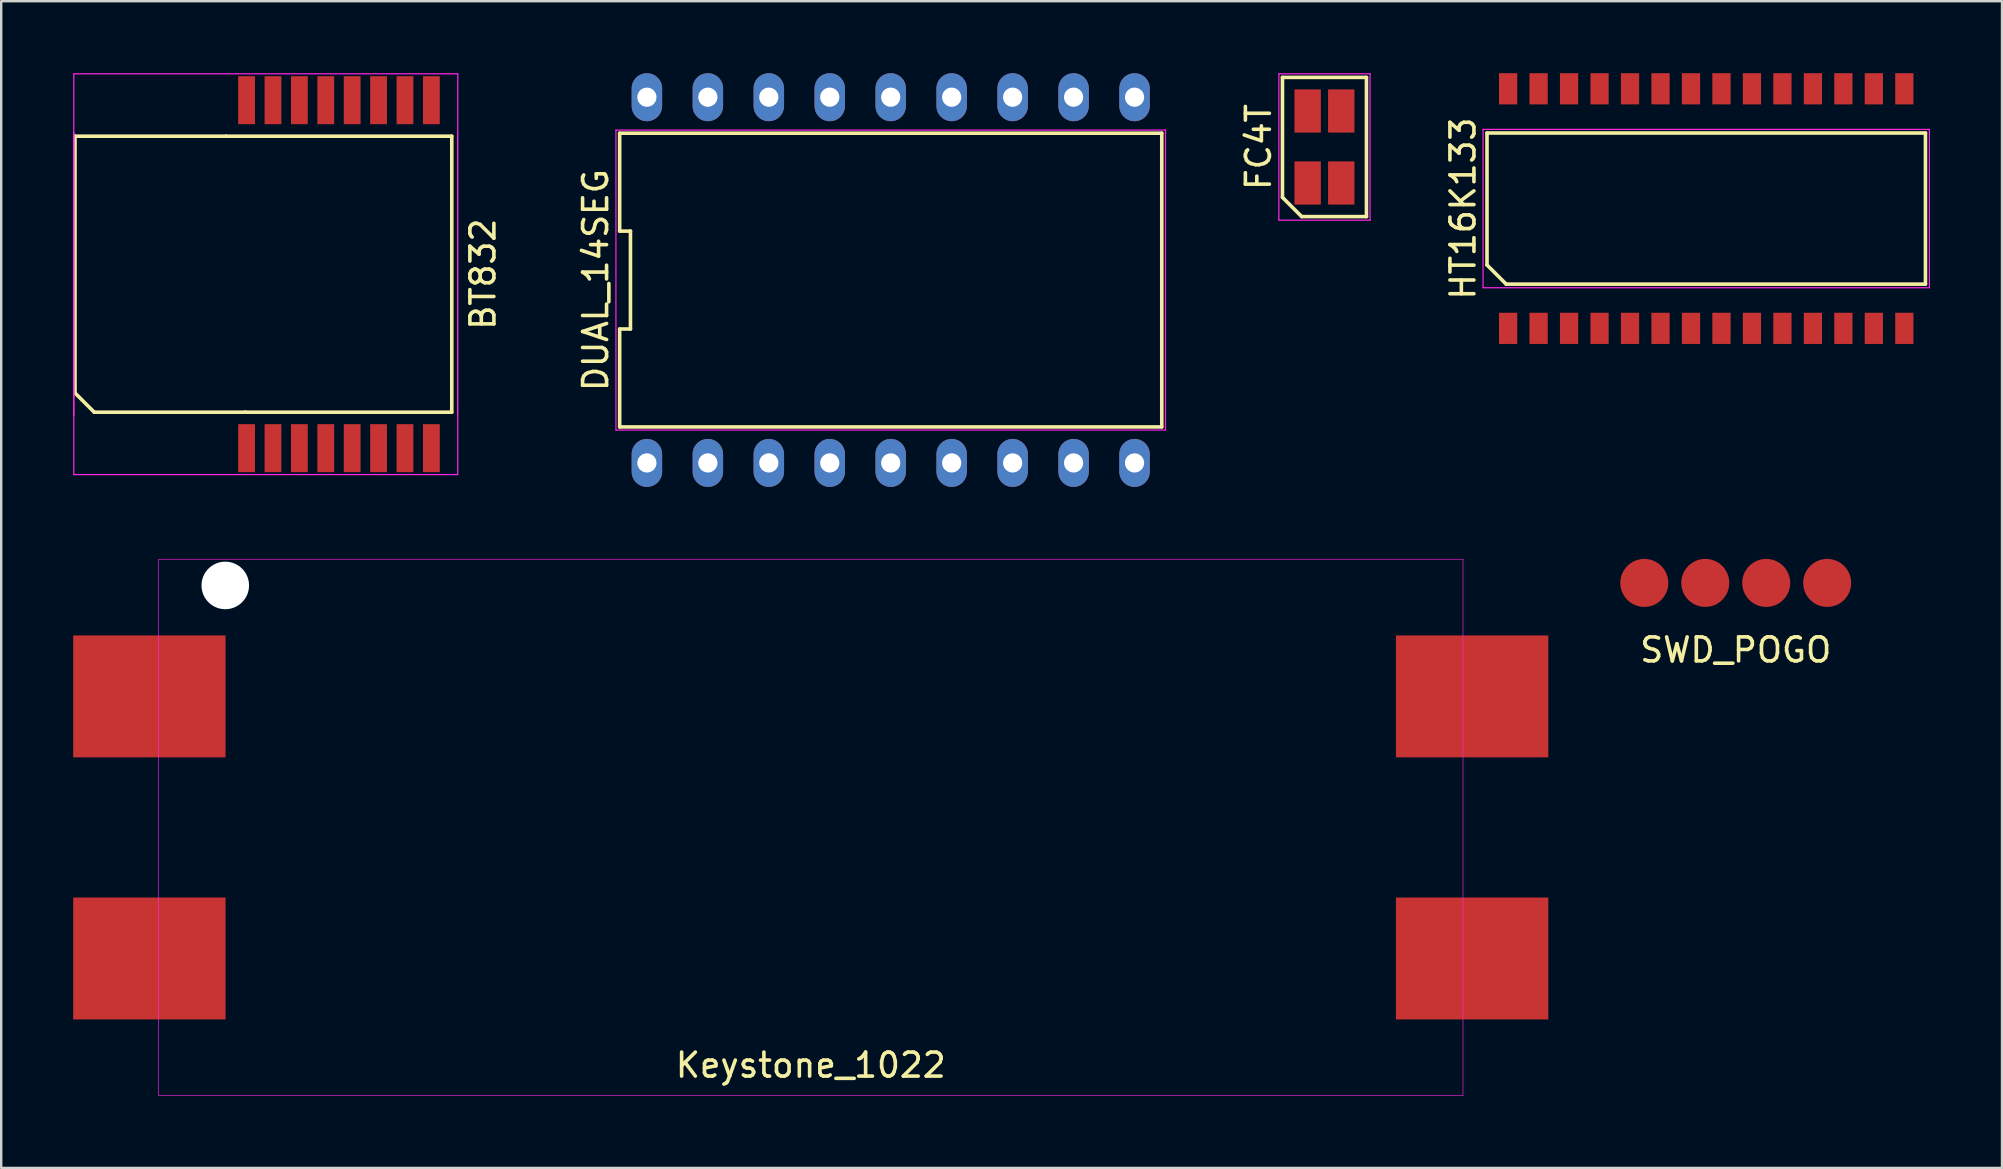
<source format=kicad_pcb>
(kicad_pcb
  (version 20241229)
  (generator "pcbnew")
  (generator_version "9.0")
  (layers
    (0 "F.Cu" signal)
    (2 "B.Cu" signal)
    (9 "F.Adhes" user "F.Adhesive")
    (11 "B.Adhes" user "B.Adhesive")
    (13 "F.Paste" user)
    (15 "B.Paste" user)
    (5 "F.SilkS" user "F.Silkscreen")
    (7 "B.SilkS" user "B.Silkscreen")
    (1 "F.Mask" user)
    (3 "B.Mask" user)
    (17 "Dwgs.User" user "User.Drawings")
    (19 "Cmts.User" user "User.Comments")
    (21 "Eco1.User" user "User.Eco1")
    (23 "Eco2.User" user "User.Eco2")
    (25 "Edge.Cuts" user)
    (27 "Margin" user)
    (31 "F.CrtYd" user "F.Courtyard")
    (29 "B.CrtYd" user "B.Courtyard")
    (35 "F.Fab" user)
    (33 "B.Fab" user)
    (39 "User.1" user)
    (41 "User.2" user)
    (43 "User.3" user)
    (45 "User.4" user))
  (footprint "BT832"
    (layer "F.Cu")
    (at 11.075 8.375)
    (property "Reference" "BT832" (at 6 0 90) (layer "F.SilkS") (effects (font (size 1 1) (thickness 0.15))))
    (attr smd)
    (fp_line (start -11 4.95) (end -11 -5.75) (stroke (width 0.15) (type solid)) (layer "F.SilkS"))
    (fp_line (start -10.2 5.75) (end -11 4.95) (stroke (width 0.15) (type solid)) (layer "F.SilkS"))
    (fp_line (start -4.7 -5.75) (end -11 -5.75) (stroke (width 0.15) (type solid)) (layer "F.SilkS"))
    (fp_line (start -4.7 -5.75) (end 4.7 -5.75) (stroke (width 0.15) (type solid)) (layer "F.SilkS"))
    (fp_line (start -3.9 5.75) (end -10.2 5.75) (stroke (width 0.15) (type solid)) (layer "F.SilkS"))
    (fp_line (start 4.7 -5.75) (end 4.7 5.75) (stroke (width 0.15) (type solid)) (layer "F.SilkS"))
    (fp_line (start 4.7 5.75) (end -3.9 5.75) (stroke (width 0.15) (type solid)) (layer "F.SilkS"))
    (fp_line (start -11.05 -8.35) (end -11.05 -5.9) (stroke (width 0.05) (type solid)) (layer "F.CrtYd"))
    (fp_line (start -11.05 -5.9) (end -11.05 8.35) (stroke (width 0.05) (type solid)) (layer "F.CrtYd"))
    (fp_line (start -11.05 5.9) (end -11.05 -5.9) (stroke (width 0.05) (type solid)) (layer "F.CrtYd"))
    (fp_line (start -11.05 8.35) (end 4.95 8.35) (stroke (width 0.05) (type solid)) (layer "F.CrtYd"))
    (fp_line (start 4.95 -8.35) (end -11.05 -8.35) (stroke (width 0.05) (type solid)) (layer "F.CrtYd"))
    (fp_line (start 4.95 -5.9) (end 4.95 -8.35) (stroke (width 0.05) (type solid)) (layer "F.CrtYd"))
    (fp_line (start 4.95 -5.9) (end 4.95 5.9) (stroke (width 0.05) (type solid)) (layer "F.CrtYd"))
    (fp_line (start 4.95 5.9) (end 4.95 -5.9) (stroke (width 0.025) (type solid)) (layer "F.CrtYd"))
    (fp_line (start 4.95 8.35) (end 4.95 5.9) (stroke (width 0.05) (type solid)) (layer "F.CrtYd"))
    (pad "1" smd rect (at -3.85 7.25) (size 0.7 2) (layers "F.Cu" "F.Mask" "F.Paste"))
    (pad "2" smd rect (at -2.75 7.25) (size 0.7 2) (layers "F.Cu" "F.Mask" "F.Paste"))
    (pad "3" smd rect (at -1.65 7.25) (size 0.7 2) (layers "F.Cu" "F.Mask" "F.Paste"))
    (pad "4" smd rect (at -0.55 7.25) (size 0.7 2) (layers "F.Cu" "F.Mask" "F.Paste"))
    (pad "5" smd rect (at 0.55 7.25) (size 0.7 2) (layers "F.Cu" "F.Mask" "F.Paste"))
    (pad "6" smd rect (at 1.65 7.25) (size 0.7 2) (layers "F.Cu" "F.Mask" "F.Paste"))
    (pad "7" smd rect (at 2.75 7.25) (size 0.7 2) (layers "F.Cu" "F.Mask" "F.Paste"))
    (pad "8" smd rect (at 3.85 7.25) (size 0.7 2) (layers "F.Cu" "F.Mask" "F.Paste"))
    (pad "9" smd rect (at 3.85 -7.25) (size 0.7 2) (layers "F.Cu" "F.Mask" "F.Paste"))
    (pad "10" smd rect (at 2.75 -7.25) (size 0.7 2) (layers "F.Cu" "F.Mask" "F.Paste"))
    (pad "11" smd rect (at 1.65 -7.25) (size 0.7 2) (layers "F.Cu" "F.Mask" "F.Paste"))
    (pad "12" smd rect (at 0.55 -7.25) (size 0.7 2) (layers "F.Cu" "F.Mask" "F.Paste"))
    (pad "13" smd rect (at -0.55 -7.25) (size 0.7 2) (layers "F.Cu" "F.Mask" "F.Paste"))
    (pad "14" smd rect (at -1.65 -7.25) (size 0.7 2) (layers "F.Cu" "F.Mask" "F.Paste"))
    (pad "15" smd rect (at -2.75 -7.25) (size 0.7 2) (layers "F.Cu" "F.Mask" "F.Paste"))
    (pad "16" smd rect (at -3.85 -7.25) (size 0.7 2) (layers "F.Cu" "F.Mask" "F.Paste")))
  (footprint "SWD_POGO"
    (layer "F.Cu")
    (at 69.278 21.24)
    (property "Reference" "SWD_POGO" (at 0 2.794 0) (layer "F.SilkS") (effects (font (size 1 1) (thickness 0.15))))
    (attr through_hole)
    (pad "1" smd circle (at -3.81 0) (size 2 2) (layers "F.Cu" "F.Mask" "F.Paste"))
    (pad "2" smd circle (at -1.27 0) (size 2 2) (layers "F.Cu" "F.Mask" "F.Paste"))
    (pad "3" smd circle (at 1.27 0) (size 2 2) (layers "F.Cu" "F.Mask" "F.Paste"))
    (pad "4" smd circle (at 3.81 0) (size 2 2) (layers "F.Cu" "F.Mask" "F.Paste")))
  (footprint "FC4T"
    (layer "F.Cu")
    (at 52.14 3.075)
    (property "Reference" "FC4T" (at -2.75 0 90) (layer "F.SilkS") (effects (font (size 1 1) (thickness 0.15))))
    (attr smd)
    (fp_line (start -1.75 -2.9) (end 1.75 -2.9) (stroke (width 0.15) (type solid)) (layer "F.SilkS"))
    (fp_line (start -1.75 2.1) (end -1.75 -2.9) (stroke (width 0.15) (type solid)) (layer "F.SilkS"))
    (fp_line (start -0.95 2.9) (end -1.75 2.1) (stroke (width 0.15) (type solid)) (layer "F.SilkS"))
    (fp_line (start 1.75 -2.9) (end 1.75 2.9) (stroke (width 0.15) (type solid)) (layer "F.SilkS"))
    (fp_line (start 1.75 2.9) (end -0.95 2.9) (stroke (width 0.15) (type solid)) (layer "F.SilkS"))
    (fp_line (start -1.9 -3.05) (end 1.9 -3.05) (stroke (width 0.05) (type solid)) (layer "F.CrtYd"))
    (fp_line (start -1.9 3.05) (end -1.9 -3.05) (stroke (width 0.05) (type solid)) (layer "F.CrtYd"))
    (fp_line (start 1.9 -3.05) (end 1.9 3.05) (stroke (width 0.05) (type solid)) (layer "F.CrtYd"))
    (fp_line (start 1.9 3.05) (end -1.9 3.05) (stroke (width 0.05) (type solid)) (layer "F.CrtYd"))
    (pad "1" smd rect (at -0.7 1.5) (size 1.1 1.8) (layers "F.Cu" "F.Mask" "F.Paste"))
    (pad "2" smd rect (at 0.7 1.5) (size 1.1 1.8) (layers "F.Cu" "F.Mask" "F.Paste"))
    (pad "3" smd rect (at 0.7 -1.5) (size 1.1 1.8) (layers "F.Cu" "F.Mask" "F.Paste"))
    (pad "4" smd rect (at -0.7 -1.5) (size 1.1 1.8) (layers "F.Cu" "F.Mask" "F.Paste")))
  (footprint "HT16K133"
    (layer "F.Cu")
    (at 68.048 5.641)
    (property "Reference" "HT16K133" (at -10.135 0 90) (layer "F.SilkS") (effects (font (size 1 1) (thickness 0.15))))
    (attr smd)
    (fp_line (start -9.135 -3.15) (end 9.135 -3.15) (stroke (width 0.15) (type solid)) (layer "F.SilkS"))
    (fp_line (start -9.135 2.35) (end -9.135 -3.15) (stroke (width 0.15) (type solid)) (layer "F.SilkS"))
    (fp_line (start -8.335 3.15) (end -9.135 2.35) (stroke (width 0.15) (type solid)) (layer "F.SilkS"))
    (fp_line (start 9.135 -3.15) (end 9.135 3.15) (stroke (width 0.15) (type solid)) (layer "F.SilkS"))
    (fp_line (start 9.135 3.15) (end -8.335 3.15) (stroke (width 0.15) (type solid)) (layer "F.SilkS"))
    (fp_line (start -9.3 -3.3) (end 9.3 -3.3) (stroke (width 0.05) (type solid)) (layer "F.CrtYd"))
    (fp_line (start -9.3 3.3) (end -9.3 -3.3) (stroke (width 0.05) (type solid)) (layer "F.CrtYd"))
    (fp_line (start 9.3 -3.3) (end 9.3 3.3) (stroke (width 0.05) (type solid)) (layer "F.CrtYd"))
    (fp_line (start 9.3 3.3) (end -9.3 3.3) (stroke (width 0.05) (type solid)) (layer "F.CrtYd"))
    (pad "1" smd rect (at -8.255 4.991) (size 0.76 1.3) (layers "F.Cu" "F.Mask" "F.Paste"))
    (pad "2" smd rect (at -6.985 4.991) (size 0.76 1.3) (layers "F.Cu" "F.Mask" "F.Paste"))
    (pad "3" smd rect (at -5.715 4.991) (size 0.76 1.3) (layers "F.Cu" "F.Mask" "F.Paste"))
    (pad "4" smd rect (at -4.445 4.991) (size 0.76 1.3) (layers "F.Cu" "F.Mask" "F.Paste"))
    (pad "5" smd rect (at -3.175 4.991) (size 0.76 1.3) (layers "F.Cu" "F.Mask" "F.Paste"))
    (pad "6" smd rect (at -1.905 4.991) (size 0.76 1.3) (layers "F.Cu" "F.Mask" "F.Paste"))
    (pad "7" smd rect (at -0.635 4.991) (size 0.76 1.3) (layers "F.Cu" "F.Mask" "F.Paste"))
    (pad "8" smd rect (at 0.635 4.991) (size 0.76 1.3) (layers "F.Cu" "F.Mask" "F.Paste"))
    (pad "9" smd rect (at 1.905 4.991) (size 0.76 1.3) (layers "F.Cu" "F.Mask" "F.Paste"))
    (pad "10" smd rect (at 3.175 4.991) (size 0.76 1.3) (layers "F.Cu" "F.Mask" "F.Paste"))
    (pad "11" smd rect (at 4.445 4.991) (size 0.76 1.3) (layers "F.Cu" "F.Mask" "F.Paste"))
    (pad "12" smd rect (at 5.715 4.991) (size 0.76 1.3) (layers "F.Cu" "F.Mask" "F.Paste"))
    (pad "13" smd rect (at 6.985 4.991) (size 0.76 1.3) (layers "F.Cu" "F.Mask" "F.Paste"))
    (pad "14" smd rect (at 8.255 4.991) (size 0.76 1.3) (layers "F.Cu" "F.Mask" "F.Paste"))
    (pad "15" smd rect (at 8.255 -4.991) (size 0.76 1.3) (layers "F.Cu" "F.Mask" "F.Paste"))
    (pad "16" smd rect (at 6.985 -4.991) (size 0.76 1.3) (layers "F.Cu" "F.Mask" "F.Paste"))
    (pad "17" smd rect (at 5.715 -4.991) (size 0.76 1.3) (layers "F.Cu" "F.Mask" "F.Paste"))
    (pad "18" smd rect (at 4.445 -4.991) (size 0.76 1.3) (layers "F.Cu" "F.Mask" "F.Paste"))
    (pad "19" smd rect (at 3.175 -4.991) (size 0.76 1.3) (layers "F.Cu" "F.Mask" "F.Paste"))
    (pad "20" smd rect (at 1.905 -4.991) (size 0.76 1.3) (layers "F.Cu" "F.Mask" "F.Paste"))
    (pad "21" smd rect (at 0.635 -4.991) (size 0.76 1.3) (layers "F.Cu" "F.Mask" "F.Paste"))
    (pad "22" smd rect (at -0.635 -4.991) (size 0.76 1.3) (layers "F.Cu" "F.Mask" "F.Paste"))
    (pad "23" smd rect (at -1.905 -4.991) (size 0.76 1.3) (layers "F.Cu" "F.Mask" "F.Paste"))
    (pad "24" smd rect (at -3.175 -4.991) (size 0.76 1.3) (layers "F.Cu" "F.Mask" "F.Paste"))
    (pad "25" smd rect (at -4.445 -4.991) (size 0.76 1.3) (layers "F.Cu" "F.Mask" "F.Paste"))
    (pad "26" smd rect (at -5.715 -4.991) (size 0.76 1.3) (layers "F.Cu" "F.Mask" "F.Paste"))
    (pad "27" smd rect (at -6.985 -4.991) (size 0.76 1.3) (layers "F.Cu" "F.Mask" "F.Paste"))
    (pad "28" smd rect (at -8.255 -4.991) (size 0.76 1.3) (layers "F.Cu" "F.Mask" "F.Paste")))
  (footprint "Keystone_1022"
    (layer "F.Cu")
    (at 30.734 31.429)
    (property "Reference" "Keystone_1022" (at 0 9.906 0) (layer "F.SilkS") (effects (font (size 1 1) (thickness 0.15))))
    (attr through_hole)
    (fp_line (start -27.178 -11.176) (end -27.178 11.176) (stroke (width 0.025) (type solid)) (layer "F.CrtYd"))
    (fp_line (start -27.178 11.176) (end 27.178 11.176) (stroke (width 0.025) (type solid)) (layer "F.CrtYd"))
    (fp_line (start 27.178 -11.176) (end -27.178 -11.176) (stroke (width 0.025) (type solid)) (layer "F.CrtYd"))
    (fp_line (start 27.178 11.176) (end 27.178 -11.176) (stroke (width 0.025) (type solid)) (layer "F.CrtYd"))
    (pad "" np_thru_hole circle (at -24.397 -10.084) (size 1.981 1.981) (drill 1.981) (layers "*.Cu" "*.Mask"))
    (pad "1" smd rect (at 27.559 -5.461) (size 6.35 5.08) (layers "F.Cu" "F.Mask" "F.Paste"))
    (pad "2" smd rect (at -27.559 -5.461) (size 6.35 5.08) (layers "F.Cu" "F.Mask" "F.Paste"))
    (pad "3" smd rect (at -27.559 5.461) (size 6.35 5.08) (layers "F.Cu" "F.Mask" "F.Paste"))
    (pad "4" smd rect (at 27.559 5.461) (size 6.35 5.08) (layers "F.Cu" "F.Mask" "F.Paste")))
  (footprint "DUAL_14SEG"
    (layer "F.Cu")
    (at 34.066 8.62)
    (property "Reference" "DUAL_14SEG" (at -12.295 0 90) (layer "F.SilkS") (effects (font (size 1 1) (thickness 0.15))))
    (attr through_hole)
    (fp_line (start -11.295 -6.12) (end -11.295 -2.04) (stroke (width 0.15) (type solid)) (layer "F.SilkS"))
    (fp_line (start -11.295 -2.04) (end -10.845 -2.04) (stroke (width 0.15) (type solid)) (layer "F.SilkS"))
    (fp_line (start -11.295 2.04) (end -11.295 6.12) (stroke (width 0.15) (type solid)) (layer "F.SilkS"))
    (fp_line (start -11.295 6.12) (end 11.295 6.12) (stroke (width 0.15) (type solid)) (layer "F.SilkS"))
    (fp_line (start -10.845 -2.04) (end -10.845 2.04) (stroke (width 0.15) (type solid)) (layer "F.SilkS"))
    (fp_line (start -10.845 2.04) (end -11.295 2.04) (stroke (width 0.15) (type solid)) (layer "F.SilkS"))
    (fp_line (start 11.295 -6.12) (end -11.295 -6.12) (stroke (width 0.15) (type solid)) (layer "F.SilkS"))
    (fp_line (start 11.295 6.12) (end 11.295 -6.12) (stroke (width 0.15) (type solid)) (layer "F.SilkS"))
    (fp_line (start -11.45 -6.25) (end 11.45 -6.25) (stroke (width 0.05) (type solid)) (layer "F.CrtYd"))
    (fp_line (start -11.45 6.25) (end -11.45 -6.25) (stroke (width 0.05) (type solid)) (layer "F.CrtYd"))
    (fp_line (start 11.45 -6.25) (end 11.45 6.25) (stroke (width 0.05) (type solid)) (layer "F.CrtYd"))
    (fp_line (start 11.45 6.25) (end -11.45 6.25) (stroke (width 0.05) (type solid)) (layer "F.CrtYd"))
    (pad "1" thru_hole oval (at -10.16 7.62) (size 1.27 2) (drill 0.8) (layers "*.Cu" "*.Mask"))
    (pad "2" thru_hole oval (at -7.62 7.62) (size 1.27 2) (drill 0.8) (layers "*.Cu" "*.Mask"))
    (pad "3" thru_hole oval (at -5.08 7.62) (size 1.27 2) (drill 0.8) (layers "*.Cu" "*.Mask"))
    (pad "4" thru_hole oval (at -2.54 7.62) (size 1.27 2) (drill 0.8) (layers "*.Cu" "*.Mask"))
    (pad "5" thru_hole oval (at 0 7.62) (size 1.27 2) (drill 0.8) (layers "*.Cu" "*.Mask"))
    (pad "6" thru_hole oval (at 2.54 7.62) (size 1.27 2) (drill 0.8) (layers "*.Cu" "*.Mask"))
    (pad "7" thru_hole oval (at 5.08 7.62) (size 1.27 2) (drill 0.8) (layers "*.Cu" "*.Mask"))
    (pad "8" thru_hole oval (at 7.62 7.62) (size 1.27 2) (drill 0.8) (layers "*.Cu" "*.Mask"))
    (pad "9" thru_hole oval (at 10.16 7.62) (size 1.27 2) (drill 0.8) (layers "*.Cu" "*.Mask"))
    (pad "10" thru_hole oval (at 10.16 -7.62) (size 1.27 2) (drill 0.8) (layers "*.Cu" "*.Mask"))
    (pad "11" thru_hole oval (at 7.62 -7.62) (size 1.27 2) (drill 0.8) (layers "*.Cu" "*.Mask"))
    (pad "12" thru_hole oval (at 5.08 -7.62) (size 1.27 2) (drill 0.8) (layers "*.Cu" "*.Mask"))
    (pad "13" thru_hole oval (at 2.54 -7.62) (size 1.27 2) (drill 0.8) (layers "*.Cu" "*.Mask"))
    (pad "14" thru_hole oval (at 0 -7.62) (size 1.27 2) (drill 0.8) (layers "*.Cu" "*.Mask"))
    (pad "15" thru_hole oval (at -2.54 -7.62) (size 1.27 2) (drill 0.8) (layers "*.Cu" "*.Mask"))
    (pad "16" thru_hole oval (at -5.08 -7.62) (size 1.27 2) (drill 0.8) (layers "*.Cu" "*.Mask"))
    (pad "17" thru_hole oval (at -7.62 -7.62) (size 1.27 2) (drill 0.8) (layers "*.Cu" "*.Mask"))
    (pad "18" thru_hole oval (at -10.16 -7.62) (size 1.27 2) (drill 0.8) (layers "*.Cu" "*.Mask")))
  (gr_rect
    (start -3 -3)
    (end 80.373 45.617)
    (stroke (width 0.1) (type default))
    (fill no)
    (layer "Edge.Cuts")))
</source>
